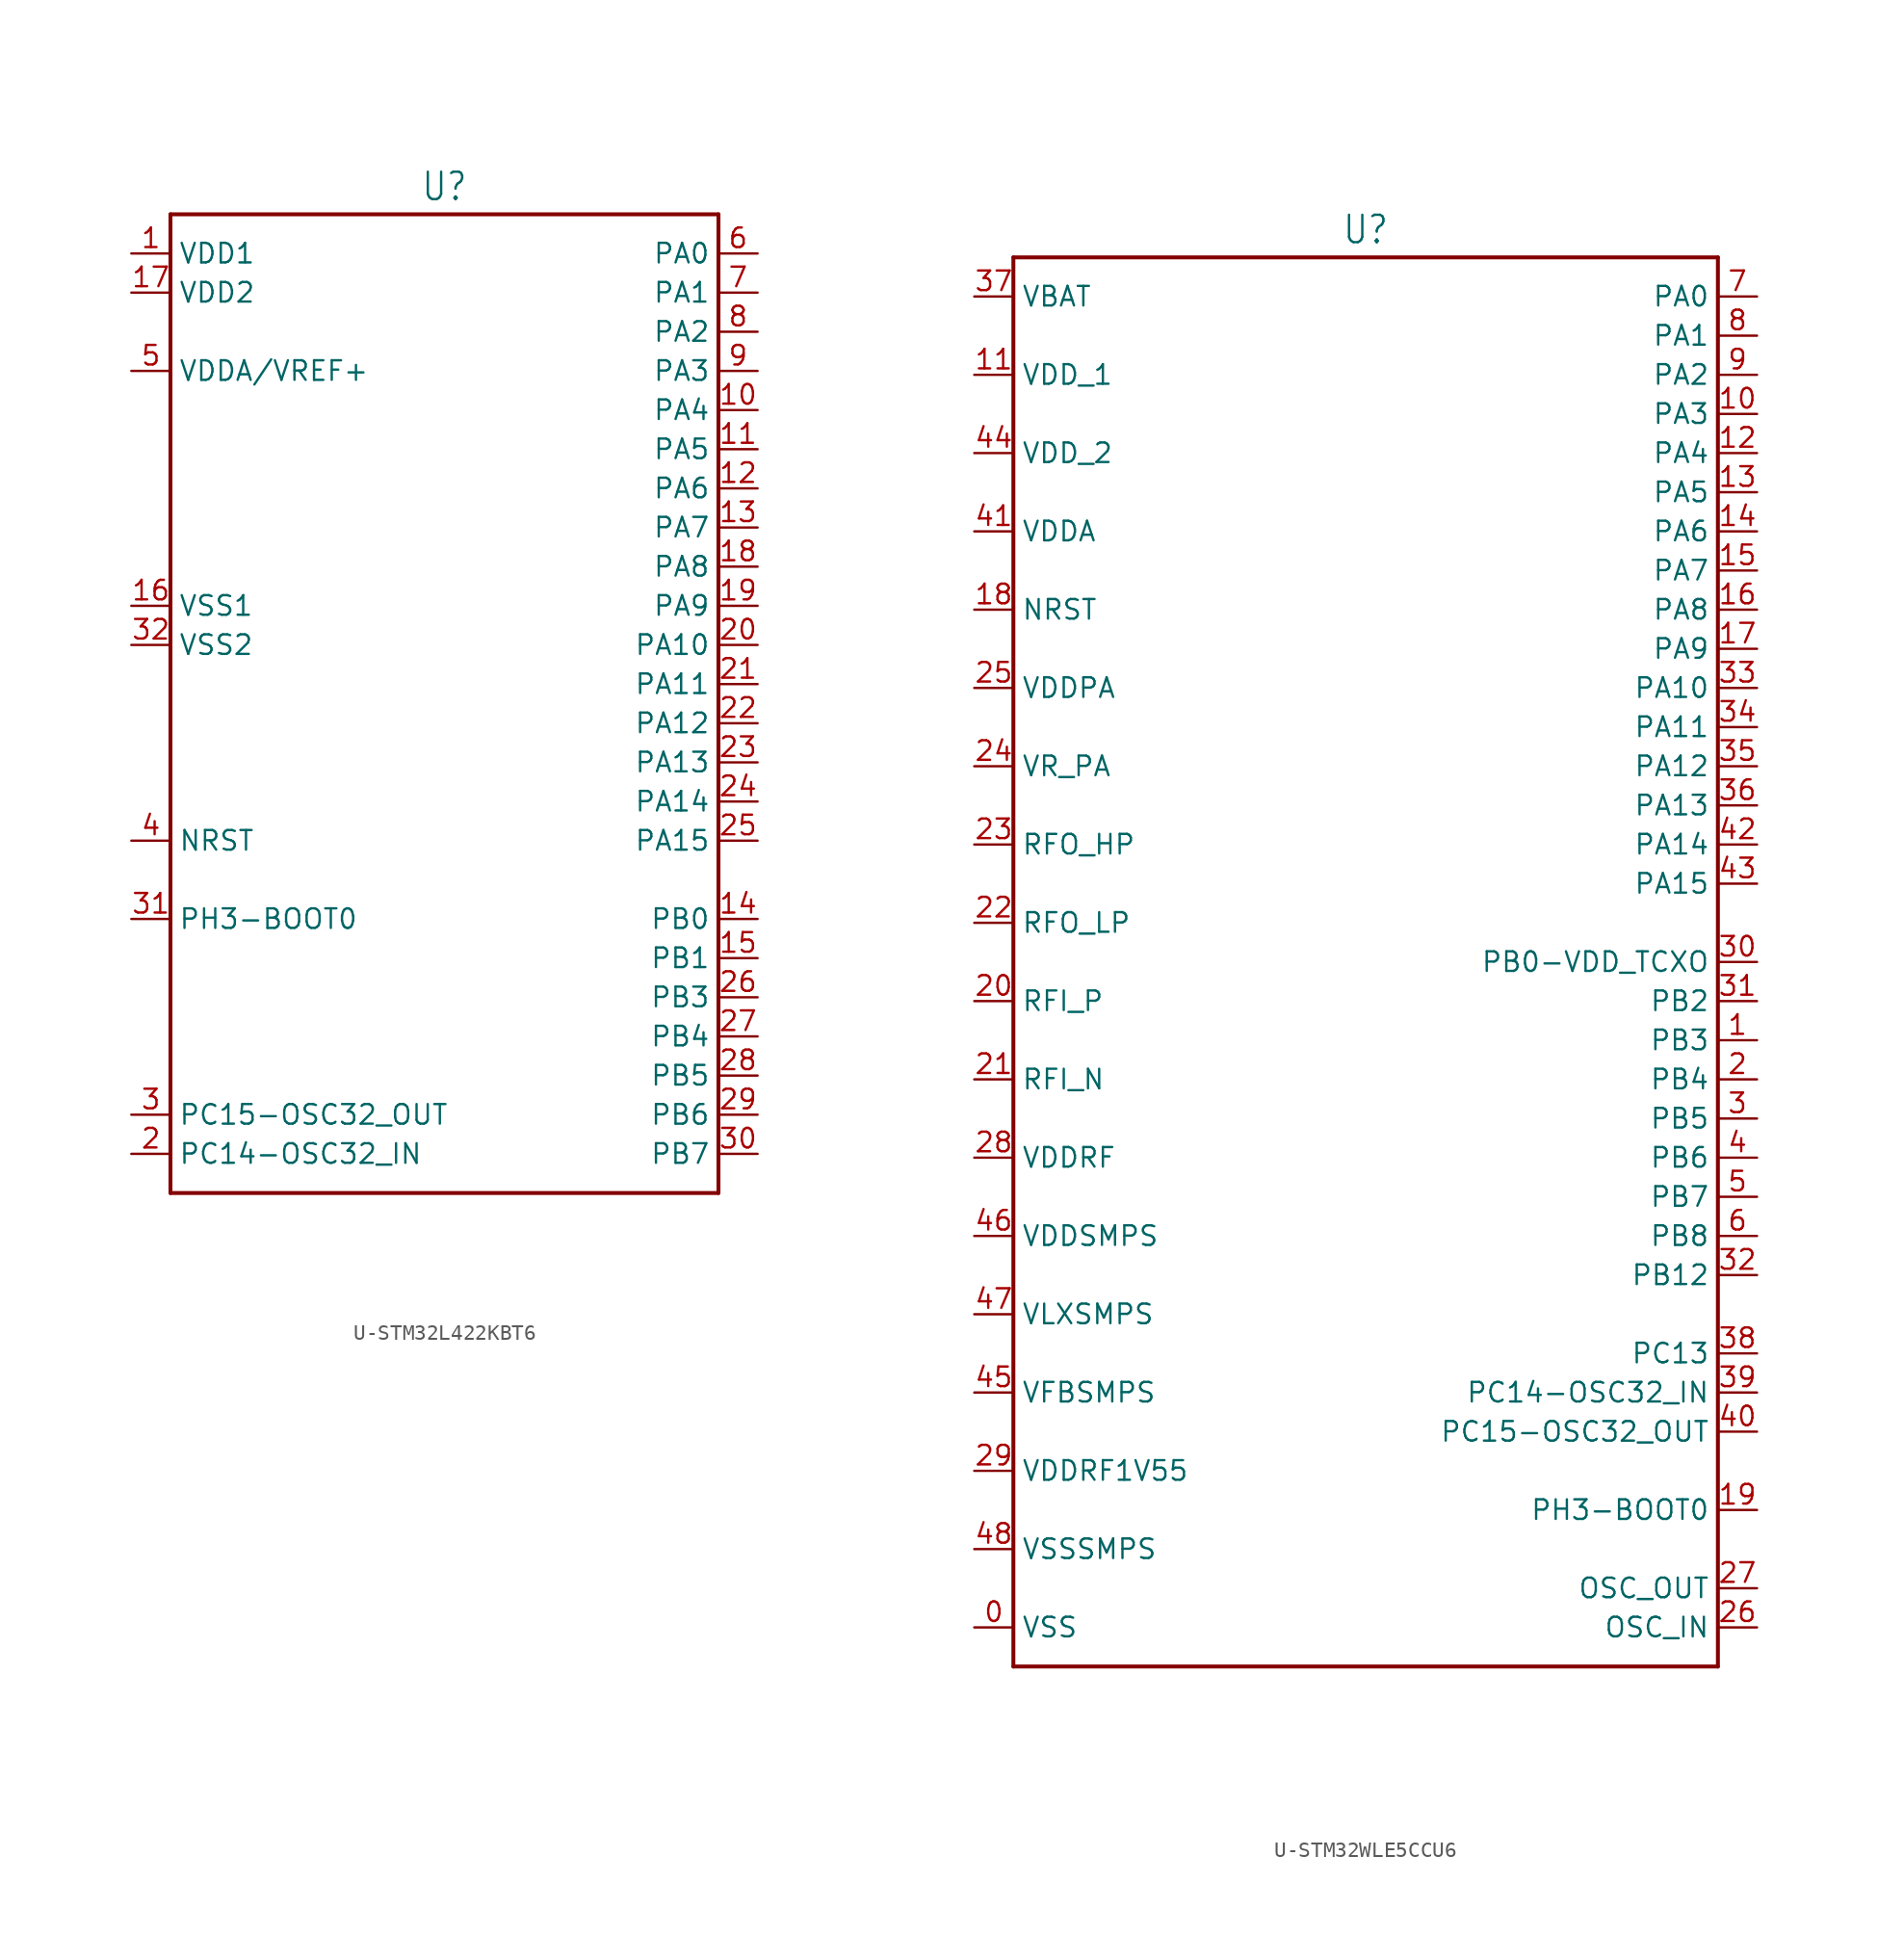
<source format=kicad_sym>
(kicad_symbol_lib
  (version 20231120)
  (generator "kicad_symbol_editor")
  (generator_version "8.0")
  (symbol "U-STM32L422KBT6"
    (property "Reference" "U"
      (at 0 33.782 0)
      (effects (font (size 1.778 1.511)) (justify bottom)))
    (property "Value" ""
      (at 0 -31.242 0)
      (effects (font (size 1.778 1.511)) (justify top)))
    (property "ki_locked" ""
      (at 0 0 0)
      (effects (font (size 1.27 1.27))))
    (symbol "U-STM32L422KBT6_1_0"
      (polyline (pts (xy -17.78 -30.48) (xy -17.78 33.02)) (stroke (width 0.254) (type solid)) (fill (type none)))
      (polyline (pts (xy -17.78 33.02) (xy 17.78 33.02)) (stroke (width 0.254) (type solid)) (fill (type none)))
      (polyline (pts (xy 17.78 -30.48) (xy -17.78 -30.48)) (stroke (width 0.254) (type solid)) (fill (type none)))
      (polyline (pts (xy 17.78 33.02) (xy 17.78 -30.48)) (stroke (width 0.254) (type solid)) (fill (type none)))
      (pin passive line (at -20.32 30.48 0) (length 2.54) (name "VDD1" (effects (font (size 1.27 1.27)))) (number "1" (effects (font (size 1.27 1.27)))))
      (pin passive line (at 20.32 20.32 180) (length 2.54) (name "PA4" (effects (font (size 1.27 1.27)))) (number "10" (effects (font (size 1.27 1.27)))))
      (pin passive line (at 20.32 17.78 180) (length 2.54) (name "PA5" (effects (font (size 1.27 1.27)))) (number "11" (effects (font (size 1.27 1.27)))))
      (pin passive line (at 20.32 15.24 180) (length 2.54) (name "PA6" (effects (font (size 1.27 1.27)))) (number "12" (effects (font (size 1.27 1.27)))))
      (pin passive line (at 20.32 12.7 180) (length 2.54) (name "PA7" (effects (font (size 1.27 1.27)))) (number "13" (effects (font (size 1.27 1.27)))))
      (pin passive line (at 20.32 -12.7 180) (length 2.54) (name "PB0" (effects (font (size 1.27 1.27)))) (number "14" (effects (font (size 1.27 1.27)))))
      (pin passive line (at 20.32 -15.24 180) (length 2.54) (name "PB1" (effects (font (size 1.27 1.27)))) (number "15" (effects (font (size 1.27 1.27)))))
      (pin passive line (at -20.32 7.62 0) (length 2.54) (name "VSS1" (effects (font (size 1.27 1.27)))) (number "16" (effects (font (size 1.27 1.27)))))
      (pin passive line (at -20.32 27.94 0) (length 2.54) (name "VDD2" (effects (font (size 1.27 1.27)))) (number "17" (effects (font (size 1.27 1.27)))))
      (pin passive line (at 20.32 10.16 180) (length 2.54) (name "PA8" (effects (font (size 1.27 1.27)))) (number "18" (effects (font (size 1.27 1.27)))))
      (pin passive line (at 20.32 7.62 180) (length 2.54) (name "PA9" (effects (font (size 1.27 1.27)))) (number "19" (effects (font (size 1.27 1.27)))))
      (pin passive line (at -20.32 -27.94 0) (length 2.54) (name "PC14-OSC32_IN" (effects (font (size 1.27 1.27)))) (number "2" (effects (font (size 1.27 1.27)))))
      (pin passive line (at 20.32 5.08 180) (length 2.54) (name "PA10" (effects (font (size 1.27 1.27)))) (number "20" (effects (font (size 1.27 1.27)))))
      (pin passive line (at 20.32 2.54 180) (length 2.54) (name "PA11" (effects (font (size 1.27 1.27)))) (number "21" (effects (font (size 1.27 1.27)))))
      (pin passive line (at 20.32 0 180) (length 2.54) (name "PA12" (effects (font (size 1.27 1.27)))) (number "22" (effects (font (size 1.27 1.27)))))
      (pin passive line (at 20.32 -2.54 180) (length 2.54) (name "PA13" (effects (font (size 1.27 1.27)))) (number "23" (effects (font (size 1.27 1.27)))))
      (pin passive line (at 20.32 -5.08 180) (length 2.54) (name "PA14" (effects (font (size 1.27 1.27)))) (number "24" (effects (font (size 1.27 1.27)))))
      (pin passive line (at 20.32 -7.62 180) (length 2.54) (name "PA15" (effects (font (size 1.27 1.27)))) (number "25" (effects (font (size 1.27 1.27)))))
      (pin passive line (at 20.32 -17.78 180) (length 2.54) (name "PB3" (effects (font (size 1.27 1.27)))) (number "26" (effects (font (size 1.27 1.27)))))
      (pin passive line (at 20.32 -20.32 180) (length 2.54) (name "PB4" (effects (font (size 1.27 1.27)))) (number "27" (effects (font (size 1.27 1.27)))))
      (pin passive line (at 20.32 -22.86 180) (length 2.54) (name "PB5" (effects (font (size 1.27 1.27)))) (number "28" (effects (font (size 1.27 1.27)))))
      (pin passive line (at 20.32 -25.4 180) (length 2.54) (name "PB6" (effects (font (size 1.27 1.27)))) (number "29" (effects (font (size 1.27 1.27)))))
      (pin passive line (at -20.32 -25.4 0) (length 2.54) (name "PC15-OSC32_OUT" (effects (font (size 1.27 1.27)))) (number "3" (effects (font (size 1.27 1.27)))))
      (pin passive line (at 20.32 -27.94 180) (length 2.54) (name "PB7" (effects (font (size 1.27 1.27)))) (number "30" (effects (font (size 1.27 1.27)))))
      (pin passive line (at -20.32 -12.7 0) (length 2.54) (name "PH3-BOOT0" (effects (font (size 1.27 1.27)))) (number "31" (effects (font (size 1.27 1.27)))))
      (pin passive line (at -20.32 5.08 0) (length 2.54) (name "VSS2" (effects (font (size 1.27 1.27)))) (number "32" (effects (font (size 1.27 1.27)))))
      (pin passive line (at -20.32 -7.62 0) (length 2.54) (name "NRST" (effects (font (size 1.27 1.27)))) (number "4" (effects (font (size 1.27 1.27)))))
      (pin passive line (at -20.32 22.86 0) (length 2.54) (name "VDDA/VREF+" (effects (font (size 1.27 1.27)))) (number "5" (effects (font (size 1.27 1.27)))))
      (pin passive line (at 20.32 30.48 180) (length 2.54) (name "PA0" (effects (font (size 1.27 1.27)))) (number "6" (effects (font (size 1.27 1.27)))))
      (pin passive line (at 20.32 27.94 180) (length 2.54) (name "PA1" (effects (font (size 1.27 1.27)))) (number "7" (effects (font (size 1.27 1.27)))))
      (pin passive line (at 20.32 25.4 180) (length 2.54) (name "PA2" (effects (font (size 1.27 1.27)))) (number "8" (effects (font (size 1.27 1.27)))))
      (pin passive line (at 20.32 22.86 180) (length 2.54) (name "PA3" (effects (font (size 1.27 1.27)))) (number "9" (effects (font (size 1.27 1.27)))))))
  (symbol "U-STM32WLE5CCU6"
    (property "Reference" "U"
      (at 0 46.482 0)
      (effects (font (size 1.778 1.511)) (justify bottom)))
    (property "Value" ""
      (at 0 -46.482 0)
      (effects (font (size 1.778 1.511)) (justify top)))
    (property "ki_locked" ""
      (at 0 0 0)
      (effects (font (size 1.27 1.27))))
    (symbol "U-STM32WLE5CCU6_1_0"
      (polyline (pts (xy -22.86 -45.72) (xy -22.86 45.72)) (stroke (width 0.254) (type solid)) (fill (type none)))
      (polyline (pts (xy -22.86 45.72) (xy 22.86 45.72)) (stroke (width 0.254) (type solid)) (fill (type none)))
      (polyline (pts (xy 22.86 -45.72) (xy -22.86 -45.72)) (stroke (width 0.254) (type solid)) (fill (type none)))
      (polyline (pts (xy 22.86 45.72) (xy 22.86 -45.72)) (stroke (width 0.254) (type solid)) (fill (type none)))
      (pin passive line (at -25.4 -43.18 0) (length 2.54) (name "VSS" (effects (font (size 1.27 1.27)))) (number "0" (effects (font (size 1.27 1.27)))))
      (pin passive line (at 25.4 -5.08 180) (length 2.54) (name "PB3" (effects (font (size 1.27 1.27)))) (number "1" (effects (font (size 1.27 1.27)))))
      (pin passive line (at 25.4 35.56 180) (length 2.54) (name "PA3" (effects (font (size 1.27 1.27)))) (number "10" (effects (font (size 1.27 1.27)))))
      (pin passive line (at -25.4 38.1 0) (length 2.54) (name "VDD_1" (effects (font (size 1.27 1.27)))) (number "11" (effects (font (size 1.27 1.27)))))
      (pin passive line (at 25.4 33.02 180) (length 2.54) (name "PA4" (effects (font (size 1.27 1.27)))) (number "12" (effects (font (size 1.27 1.27)))))
      (pin passive line (at 25.4 30.48 180) (length 2.54) (name "PA5" (effects (font (size 1.27 1.27)))) (number "13" (effects (font (size 1.27 1.27)))))
      (pin passive line (at 25.4 27.94 180) (length 2.54) (name "PA6" (effects (font (size 1.27 1.27)))) (number "14" (effects (font (size 1.27 1.27)))))
      (pin passive line (at 25.4 25.4 180) (length 2.54) (name "PA7" (effects (font (size 1.27 1.27)))) (number "15" (effects (font (size 1.27 1.27)))))
      (pin passive line (at 25.4 22.86 180) (length 2.54) (name "PA8" (effects (font (size 1.27 1.27)))) (number "16" (effects (font (size 1.27 1.27)))))
      (pin passive line (at 25.4 20.32 180) (length 2.54) (name "PA9" (effects (font (size 1.27 1.27)))) (number "17" (effects (font (size 1.27 1.27)))))
      (pin passive line (at -25.4 22.86 0) (length 2.54) (name "NRST" (effects (font (size 1.27 1.27)))) (number "18" (effects (font (size 1.27 1.27)))))
      (pin passive line (at 25.4 -35.56 180) (length 2.54) (name "PH3-BOOT0" (effects (font (size 1.27 1.27)))) (number "19" (effects (font (size 1.27 1.27)))))
      (pin passive line (at 25.4 -7.62 180) (length 2.54) (name "PB4" (effects (font (size 1.27 1.27)))) (number "2" (effects (font (size 1.27 1.27)))))
      (pin passive line (at -25.4 -2.54 0) (length 2.54) (name "RFI_P" (effects (font (size 1.27 1.27)))) (number "20" (effects (font (size 1.27 1.27)))))
      (pin passive line (at -25.4 -7.62 0) (length 2.54) (name "RFI_N" (effects (font (size 1.27 1.27)))) (number "21" (effects (font (size 1.27 1.27)))))
      (pin passive line (at -25.4 2.54 0) (length 2.54) (name "RFO_LP" (effects (font (size 1.27 1.27)))) (number "22" (effects (font (size 1.27 1.27)))))
      (pin passive line (at -25.4 7.62 0) (length 2.54) (name "RFO_HP" (effects (font (size 1.27 1.27)))) (number "23" (effects (font (size 1.27 1.27)))))
      (pin passive line (at -25.4 12.7 0) (length 2.54) (name "VR_PA" (effects (font (size 1.27 1.27)))) (number "24" (effects (font (size 1.27 1.27)))))
      (pin passive line (at -25.4 17.78 0) (length 2.54) (name "VDDPA" (effects (font (size 1.27 1.27)))) (number "25" (effects (font (size 1.27 1.27)))))
      (pin passive line (at 25.4 -43.18 180) (length 2.54) (name "OSC_IN" (effects (font (size 1.27 1.27)))) (number "26" (effects (font (size 1.27 1.27)))))
      (pin passive line (at 25.4 -40.64 180) (length 2.54) (name "OSC_OUT" (effects (font (size 1.27 1.27)))) (number "27" (effects (font (size 1.27 1.27)))))
      (pin passive line (at -25.4 -12.7 0) (length 2.54) (name "VDDRF" (effects (font (size 1.27 1.27)))) (number "28" (effects (font (size 1.27 1.27)))))
      (pin passive line (at -25.4 -33.02 0) (length 2.54) (name "VDDRF1V55" (effects (font (size 1.27 1.27)))) (number "29" (effects (font (size 1.27 1.27)))))
      (pin passive line (at 25.4 -10.16 180) (length 2.54) (name "PB5" (effects (font (size 1.27 1.27)))) (number "3" (effects (font (size 1.27 1.27)))))
      (pin passive line (at 25.4 0 180) (length 2.54) (name "PB0-VDD_TCXO" (effects (font (size 1.27 1.27)))) (number "30" (effects (font (size 1.27 1.27)))))
      (pin passive line (at 25.4 -2.54 180) (length 2.54) (name "PB2" (effects (font (size 1.27 1.27)))) (number "31" (effects (font (size 1.27 1.27)))))
      (pin passive line (at 25.4 -20.32 180) (length 2.54) (name "PB12" (effects (font (size 1.27 1.27)))) (number "32" (effects (font (size 1.27 1.27)))))
      (pin passive line (at 25.4 17.78 180) (length 2.54) (name "PA10" (effects (font (size 1.27 1.27)))) (number "33" (effects (font (size 1.27 1.27)))))
      (pin passive line (at 25.4 15.24 180) (length 2.54) (name "PA11" (effects (font (size 1.27 1.27)))) (number "34" (effects (font (size 1.27 1.27)))))
      (pin passive line (at 25.4 12.7 180) (length 2.54) (name "PA12" (effects (font (size 1.27 1.27)))) (number "35" (effects (font (size 1.27 1.27)))))
      (pin passive line (at 25.4 10.16 180) (length 2.54) (name "PA13" (effects (font (size 1.27 1.27)))) (number "36" (effects (font (size 1.27 1.27)))))
      (pin passive line (at -25.4 43.18 0) (length 2.54) (name "VBAT" (effects (font (size 1.27 1.27)))) (number "37" (effects (font (size 1.27 1.27)))))
      (pin passive line (at 25.4 -25.4 180) (length 2.54) (name "PC13" (effects (font (size 1.27 1.27)))) (number "38" (effects (font (size 1.27 1.27)))))
      (pin passive line (at 25.4 -27.94 180) (length 2.54) (name "PC14-OSC32_IN" (effects (font (size 1.27 1.27)))) (number "39" (effects (font (size 1.27 1.27)))))
      (pin passive line (at 25.4 -12.7 180) (length 2.54) (name "PB6" (effects (font (size 1.27 1.27)))) (number "4" (effects (font (size 1.27 1.27)))))
      (pin passive line (at 25.4 -30.48 180) (length 2.54) (name "PC15-OSC32_OUT" (effects (font (size 1.27 1.27)))) (number "40" (effects (font (size 1.27 1.27)))))
      (pin passive line (at -25.4 27.94 0) (length 2.54) (name "VDDA" (effects (font (size 1.27 1.27)))) (number "41" (effects (font (size 1.27 1.27)))))
      (pin passive line (at 25.4 7.62 180) (length 2.54) (name "PA14" (effects (font (size 1.27 1.27)))) (number "42" (effects (font (size 1.27 1.27)))))
      (pin passive line (at 25.4 5.08 180) (length 2.54) (name "PA15" (effects (font (size 1.27 1.27)))) (number "43" (effects (font (size 1.27 1.27)))))
      (pin passive line (at -25.4 33.02 0) (length 2.54) (name "VDD_2" (effects (font (size 1.27 1.27)))) (number "44" (effects (font (size 1.27 1.27)))))
      (pin passive line (at -25.4 -27.94 0) (length 2.54) (name "VFBSMPS" (effects (font (size 1.27 1.27)))) (number "45" (effects (font (size 1.27 1.27)))))
      (pin passive line (at -25.4 -17.78 0) (length 2.54) (name "VDDSMPS" (effects (font (size 1.27 1.27)))) (number "46" (effects (font (size 1.27 1.27)))))
      (pin passive line (at -25.4 -22.86 0) (length 2.54) (name "VLXSMPS" (effects (font (size 1.27 1.27)))) (number "47" (effects (font (size 1.27 1.27)))))
      (pin passive line (at -25.4 -38.1 0) (length 2.54) (name "VSSSMPS" (effects (font (size 1.27 1.27)))) (number "48" (effects (font (size 1.27 1.27)))))
      (pin passive line (at 25.4 -15.24 180) (length 2.54) (name "PB7" (effects (font (size 1.27 1.27)))) (number "5" (effects (font (size 1.27 1.27)))))
      (pin passive line (at 25.4 -17.78 180) (length 2.54) (name "PB8" (effects (font (size 1.27 1.27)))) (number "6" (effects (font (size 1.27 1.27)))))
      (pin passive line (at 25.4 43.18 180) (length 2.54) (name "PA0" (effects (font (size 1.27 1.27)))) (number "7" (effects (font (size 1.27 1.27)))))
      (pin passive line (at 25.4 40.64 180) (length 2.54) (name "PA1" (effects (font (size 1.27 1.27)))) (number "8" (effects (font (size 1.27 1.27)))))
      (pin passive line (at 25.4 38.1 180) (length 2.54) (name "PA2" (effects (font (size 1.27 1.27)))) (number "9" (effects (font (size 1.27 1.27))))))))
</source>
